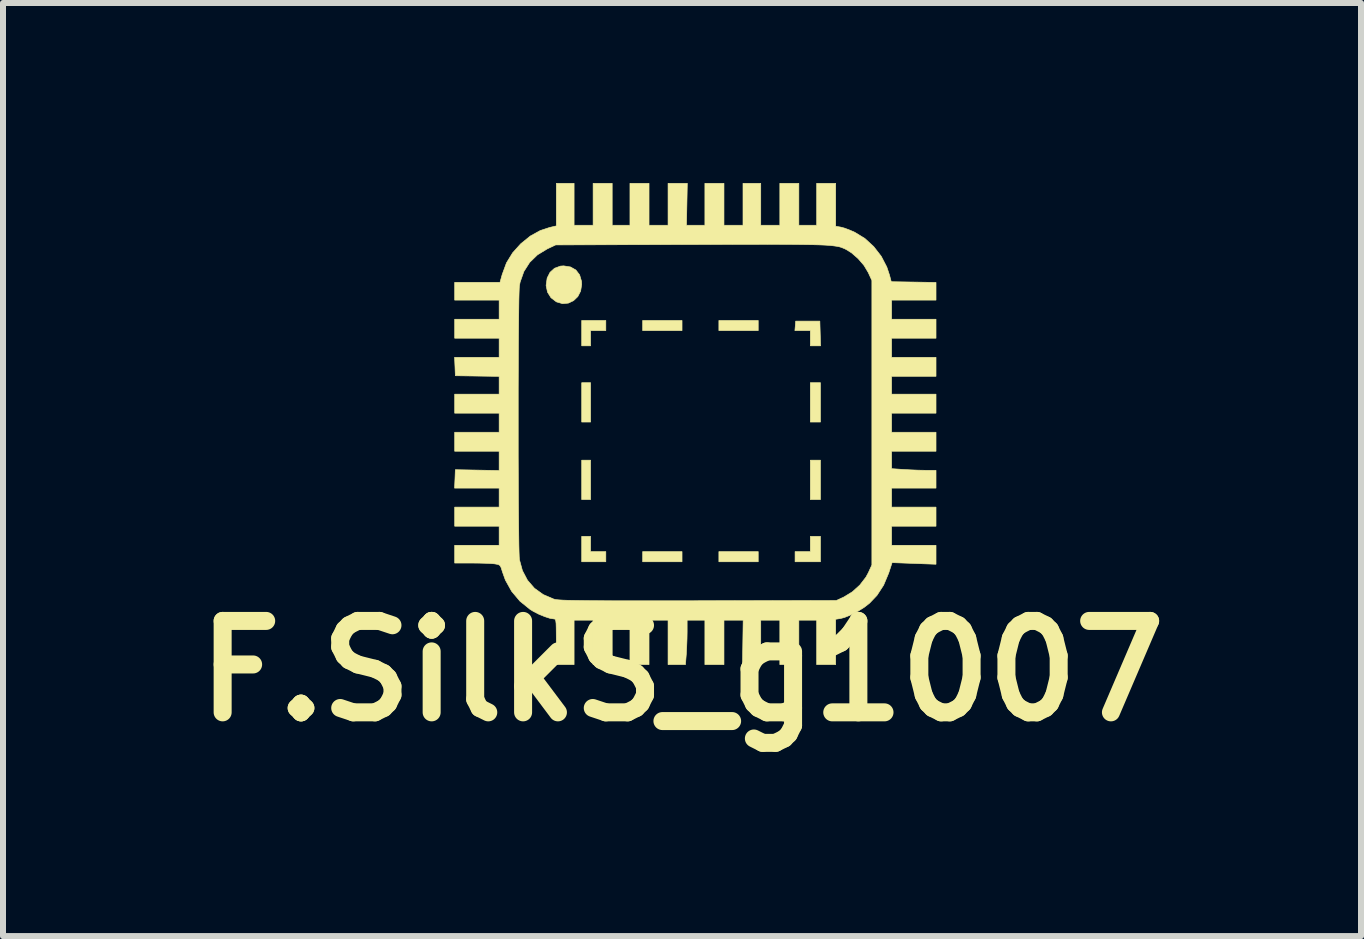
<source format=kicad_pcb>
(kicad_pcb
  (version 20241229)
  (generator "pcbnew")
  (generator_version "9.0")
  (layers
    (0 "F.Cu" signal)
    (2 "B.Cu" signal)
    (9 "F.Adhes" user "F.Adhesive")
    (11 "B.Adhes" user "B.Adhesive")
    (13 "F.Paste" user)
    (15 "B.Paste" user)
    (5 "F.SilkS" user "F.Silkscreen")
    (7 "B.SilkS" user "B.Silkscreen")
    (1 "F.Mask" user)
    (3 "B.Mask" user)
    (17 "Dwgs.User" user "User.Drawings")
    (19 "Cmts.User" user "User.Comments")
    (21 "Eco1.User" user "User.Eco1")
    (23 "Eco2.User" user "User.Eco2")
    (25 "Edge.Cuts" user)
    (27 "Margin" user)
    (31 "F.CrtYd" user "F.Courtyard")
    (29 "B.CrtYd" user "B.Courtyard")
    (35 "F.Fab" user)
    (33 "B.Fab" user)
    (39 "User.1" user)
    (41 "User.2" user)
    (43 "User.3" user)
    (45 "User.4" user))
  (footprint "F.SilkS_g1007"
    (layer "F.Cu")
    (at 8.317 8.133)
    (property "Reference" "F.SilkS_g1007" (at 0 0 0) (layer "F.SilkS") (effects (font (size 1.524 1.524) (thickness 0.3))))
    (attr through_hole)
    (fp_poly (pts (xy -1.524 -4.149) (xy -1.672 -4.149) (xy -1.672 -4.805) (xy -1.524 -4.805) (xy -1.524 -4.149)) (stroke (width 0.01) (type solid)) (fill yes) (layer "F.SilkS"))
    (fp_poly (pts (xy -1.524 -2.857) (xy -1.672 -2.857) (xy -1.672 -3.514) (xy -1.524 -3.514) (xy -1.524 -2.857)) (stroke (width 0.01) (type solid)) (fill yes) (layer "F.SilkS"))
    (fp_poly (pts (xy 0 -5.673) (xy -0.656 -5.673) (xy -0.656 -5.842) (xy 0 -5.842) (xy 0 -5.673)) (stroke (width 0.01) (type solid)) (fill yes) (layer "F.SilkS"))
    (fp_poly (pts (xy 0 -1.82) (xy -0.656 -1.82) (xy -0.656 -1.99) (xy 0 -1.99) (xy 0 -1.82)) (stroke (width 0.01) (type solid)) (fill yes) (layer "F.SilkS"))
    (fp_poly (pts (xy 1.27 -5.673) (xy 0.614 -5.673) (xy 0.614 -5.842) (xy 1.27 -5.842) (xy 1.27 -5.673)) (stroke (width 0.01) (type solid)) (fill yes) (layer "F.SilkS"))
    (fp_poly (pts (xy 1.27 -1.82) (xy 0.614 -1.82) (xy 0.614 -1.99) (xy 1.27 -1.99) (xy 1.27 -1.82)) (stroke (width 0.01) (type solid)) (fill yes) (layer "F.SilkS"))
    (fp_poly (pts (xy 2.307 -4.149) (xy 2.138 -4.149) (xy 2.138 -4.805) (xy 2.307 -4.805) (xy 2.307 -4.149)) (stroke (width 0.01) (type solid)) (fill yes) (layer "F.SilkS"))
    (fp_poly (pts (xy 2.307 -2.857) (xy 2.138 -2.857) (xy 2.138 -3.514) (xy 2.307 -3.514) (xy 2.307 -2.857)) (stroke (width 0.01) (type solid)) (fill yes) (layer "F.SilkS"))
    (fp_poly (pts (xy -1.524 -1.99) (xy -1.27 -1.99) (xy -1.27 -1.82) (xy -1.672 -1.82) (xy -1.672 -2.244) (xy -1.524 -2.244) (xy -1.524 -1.99)) (stroke (width 0.01) (type solid)) (fill yes) (layer "F.SilkS"))
    (fp_poly (pts (xy -1.27 -5.673) (xy -1.524 -5.673) (xy -1.524 -5.419) (xy -1.672 -5.419) (xy -1.672 -5.842) (xy -1.27 -5.842) (xy -1.27 -5.673)) (stroke (width 0.01) (type solid)) (fill yes) (layer "F.SilkS"))
    (fp_poly (pts (xy 2.307 -1.82) (xy 1.884 -1.82) (xy 1.884 -1.99) (xy 2.138 -1.99) (xy 2.138 -2.244) (xy 2.307 -2.244) (xy 2.307 -1.82)) (stroke (width 0.01) (type solid)) (fill yes) (layer "F.SilkS"))
    (fp_poly (pts (xy 2.309 -5.419) (xy 2.138 -5.419) (xy 2.138 -5.673) (xy 1.881 -5.673) (xy 1.888 -5.752) (xy 1.894 -5.831) (xy 2.297 -5.831) (xy 2.309 -5.419)) (stroke (width 0.01) (type solid)) (fill yes) (layer "F.SilkS"))
    (fp_poly (pts (xy -1.859 -6.734) (xy -1.769 -6.683) (xy -1.707 -6.602) (xy -1.675 -6.494) (xy -1.672 -6.443) (xy -1.69 -6.332) (xy -1.737 -6.24) (xy -1.808 -6.172) (xy -1.895 -6.131) (xy -1.991 -6.122) (xy -2.091 -6.151) (xy -2.095 -6.153) (xy -2.184 -6.221) (xy -2.242 -6.314) (xy -2.265 -6.422) (xy -2.265 -6.429) (xy -2.248 -6.549) (xy -2.2 -6.644) (xy -2.125 -6.712) (xy -2.027 -6.748) (xy -1.973 -6.752) (xy -1.859 -6.734)) (stroke (width 0.01) (type solid)) (fill yes) (layer "F.SilkS"))
    (fp_poly (pts (xy -1.799 -7.429) (xy -1.482 -7.429) (xy -1.482 -8.128) (xy -1.164 -8.128) (xy -1.164 -7.429) (xy -0.868 -7.429) (xy -0.868 -8.128) (xy -0.55 -8.128) (xy -0.55 -7.429) (xy -0.233 -7.429) (xy -0.233 -8.128) (xy 0.088 -8.128) (xy 0.081 -7.779) (xy 0.074 -7.429) (xy 0.228 -7.429) (xy 0.381 -7.429) (xy 0.381 -8.128) (xy 0.699 -8.128) (xy 0.699 -7.429) (xy 1.016 -7.429) (xy 1.016 -8.128) (xy 1.312 -8.128) (xy 1.312 -7.429) (xy 1.63 -7.429) (xy 1.63 -8.128) (xy 1.947 -8.128) (xy 1.947 -7.429) (xy 2.244 -7.429) (xy 2.244 -8.128) (xy 2.561 -8.128) (xy 2.561 -7.412) (xy 2.645 -7.398) (xy 2.705 -7.382) (xy 2.786 -7.352) (xy 2.872 -7.315) (xy 2.88 -7.311) (xy 3.047 -7.209) (xy 3.195 -7.073) (xy 3.32 -6.912) (xy 3.413 -6.733) (xy 3.458 -6.598) (xy 3.487 -6.488) (xy 3.86 -6.482) (xy 4.233 -6.476) (xy 4.233 -6.181) (xy 3.493 -6.181) (xy 3.493 -5.863) (xy 4.233 -5.863) (xy 4.233 -5.546) (xy 3.493 -5.546) (xy 3.493 -5.228) (xy 4.233 -5.228) (xy 4.233 -4.911) (xy 3.493 -4.911) (xy 3.493 -4.614) (xy 4.233 -4.614) (xy 4.233 -4.297) (xy 3.493 -4.297) (xy 3.493 -3.979) (xy 4.233 -3.979) (xy 4.233 -3.662) (xy 3.493 -3.662) (xy 3.493 -3.372) (xy 3.699 -3.358) (xy 3.813 -3.352) (xy 3.935 -3.347) (xy 4.043 -3.345) (xy 4.069 -3.344) (xy 4.233 -3.344) (xy 4.233 -3.048) (xy 3.493 -3.048) (xy 3.493 -2.731) (xy 4.233 -2.731) (xy 4.233 -2.413) (xy 3.493 -2.413) (xy 3.493 -2.095) (xy 4.233 -2.095) (xy 4.233 -1.779) (xy 3.501 -1.806) (xy 3.444 -1.631) (xy 3.36 -1.431) (xy 3.249 -1.26) (xy 3.125 -1.13) (xy 3.035 -1.06) (xy 2.926 -0.992) (xy 2.811 -0.933) (xy 2.705 -0.891) (xy 2.641 -0.875) (xy 2.561 -0.862) (xy 2.561 -0.106) (xy 2.244 -0.106) (xy 2.244 -0.847) (xy 1.947 -0.847) (xy 1.947 -0.106) (xy 1.63 -0.106) (xy 1.63 -0.847) (xy 1.312 -0.847) (xy 1.312 -0.104) (xy 1.008 -0.116) (xy 1.019 -0.847) (xy 0.699 -0.847) (xy 0.699 -0.106) (xy 0.381 -0.106) (xy 0.381 -0.847) (xy 0.085 -0.847) (xy 0.085 -0.651) (xy 0.083 -0.535) (xy 0.078 -0.409) (xy 0.072 -0.296) (xy 0.071 -0.28) (xy 0.057 -0.106) (xy -0.233 -0.106) (xy -0.233 -0.847) (xy -0.55 -0.847) (xy -0.55 -0.106) (xy -0.868 -0.106) (xy -0.868 -0.847) (xy -1.164 -0.847) (xy -1.164 -0.106) (xy -1.482 -0.106) (xy -1.482 -0.847) (xy -1.799 -0.847) (xy -1.799 -0.106) (xy -2.095 -0.106) (xy -2.095 -0.487) (xy -2.096 -0.622) (xy -2.097 -0.721) (xy -2.099 -0.789) (xy -2.104 -0.832) (xy -2.111 -0.856) (xy -2.122 -0.866) (xy -2.137 -0.868) (xy -2.138 -0.868) (xy -2.202 -0.878) (xy -2.288 -0.906) (xy -2.384 -0.945) (xy -2.476 -0.992) (xy -2.529 -1.024) (xy -2.701 -1.163) (xy -2.84 -1.328) (xy -2.944 -1.515) (xy -2.994 -1.654) (xy -3.014 -1.72) (xy -3.034 -1.757) (xy -3.063 -1.775) (xy -3.114 -1.784) (xy -3.126 -1.786) (xy -3.184 -1.791) (xy -3.274 -1.795) (xy -3.382 -1.798) (xy -3.497 -1.799) (xy -3.506 -1.799) (xy -3.789 -1.799) (xy -3.789 -2.095) (xy -3.048 -2.095) (xy -3.048 -2.413) (xy -3.789 -2.413) (xy -3.789 -2.731) (xy -3.048 -2.731) (xy -3.048 -3.048) (xy -3.791 -3.048) (xy -3.784 -3.201) (xy -3.778 -3.355) (xy -3.413 -3.348) (xy -3.048 -3.341) (xy -3.048 -3.662) (xy -3.789 -3.662) (xy -3.789 -3.979) (xy -3.048 -3.979) (xy -3.048 -4.141) (xy -2.73 -4.141) (xy -2.73 -3.867) (xy -2.73 -3.597) (xy -2.729 -3.333) (xy -2.728 -3.08) (xy -2.727 -2.841) (xy -2.725 -2.619) (xy -2.723 -2.419) (xy -2.721 -2.243) (xy -2.719 -2.095) (xy -2.716 -1.979) (xy -2.713 -1.898) (xy -2.71 -1.856) (xy -2.71 -1.856) (xy -2.66 -1.673) (xy -2.576 -1.513) (xy -2.46 -1.379) (xy -2.314 -1.274) (xy -2.141 -1.2) (xy -2.117 -1.193) (xy -2.092 -1.189) (xy -2.049 -1.185) (xy -1.987 -1.181) (xy -1.903 -1.178) (xy -1.796 -1.176) (xy -1.663 -1.174) (xy -1.502 -1.172) (xy -1.311 -1.171) (xy -1.089 -1.17) (xy -0.833 -1.17) (xy -0.541 -1.17) (xy -0.211 -1.17) (xy 0.158 -1.17) (xy 0.275 -1.171) (xy 2.572 -1.175) (xy 2.699 -1.234) (xy 2.838 -1.319) (xy 2.963 -1.432) (xy 3.065 -1.564) (xy 3.105 -1.638) (xy 3.164 -1.767) (xy 3.164 -6.509) (xy 3.104 -6.64) (xy 3.033 -6.759) (xy 2.935 -6.873) (xy 2.825 -6.969) (xy 2.74 -7.022) (xy 2.711 -7.037) (xy 2.682 -7.049) (xy 2.652 -7.061) (xy 2.617 -7.071) (xy 2.574 -7.079) (xy 2.522 -7.086) (xy 2.458 -7.093) (xy 2.38 -7.098) (xy 2.284 -7.102) (xy 2.169 -7.105) (xy 2.032 -7.107) (xy 1.871 -7.109) (xy 1.682 -7.11) (xy 1.465 -7.111) (xy 1.215 -7.11) (xy 0.931 -7.11) (xy 0.611 -7.109) (xy 0.251 -7.108) (xy 0.159 -7.108) (xy -2.106 -7.101) (xy -2.248 -7.034) (xy -2.409 -6.936) (xy -2.539 -6.81) (xy -2.636 -6.658) (xy -2.698 -6.483) (xy -2.71 -6.42) (xy -2.713 -6.379) (xy -2.716 -6.299) (xy -2.719 -6.184) (xy -2.721 -6.037) (xy -2.723 -5.862) (xy -2.725 -5.662) (xy -2.727 -5.441) (xy -2.728 -5.202) (xy -2.729 -4.95) (xy -2.73 -4.686) (xy -2.73 -4.416) (xy -2.73 -4.141) (xy -3.048 -4.141) (xy -3.048 -4.297) (xy -3.789 -4.297) (xy -3.789 -4.614) (xy -3.048 -4.614) (xy -3.048 -4.91) (xy -3.778 -4.921) (xy -3.784 -5.075) (xy -3.791 -5.228) (xy -3.048 -5.228) (xy -3.048 -5.546) (xy -3.789 -5.546) (xy -3.789 -5.863) (xy -3.048 -5.863) (xy -3.048 -6.181) (xy -3.789 -6.181) (xy -3.789 -6.477) (xy -3.034 -6.477) (xy -2.997 -6.609) (xy -2.926 -6.802) (xy -2.823 -6.97) (xy -2.688 -7.12) (xy -2.529 -7.249) (xy -2.364 -7.34) (xy -2.207 -7.392) (xy -2.095 -7.418) (xy -2.095 -8.128) (xy -1.799 -8.128) (xy -1.799 -7.429)) (stroke (width 0.01) (type solid)) (fill yes) (layer "F.SilkS")))
  (gr_rect
    (start -3 -3)
    (end 19.633 12.551)
    (stroke (width 0.1) (type default))
    (fill no)
    (layer "Edge.Cuts")))
</source>
